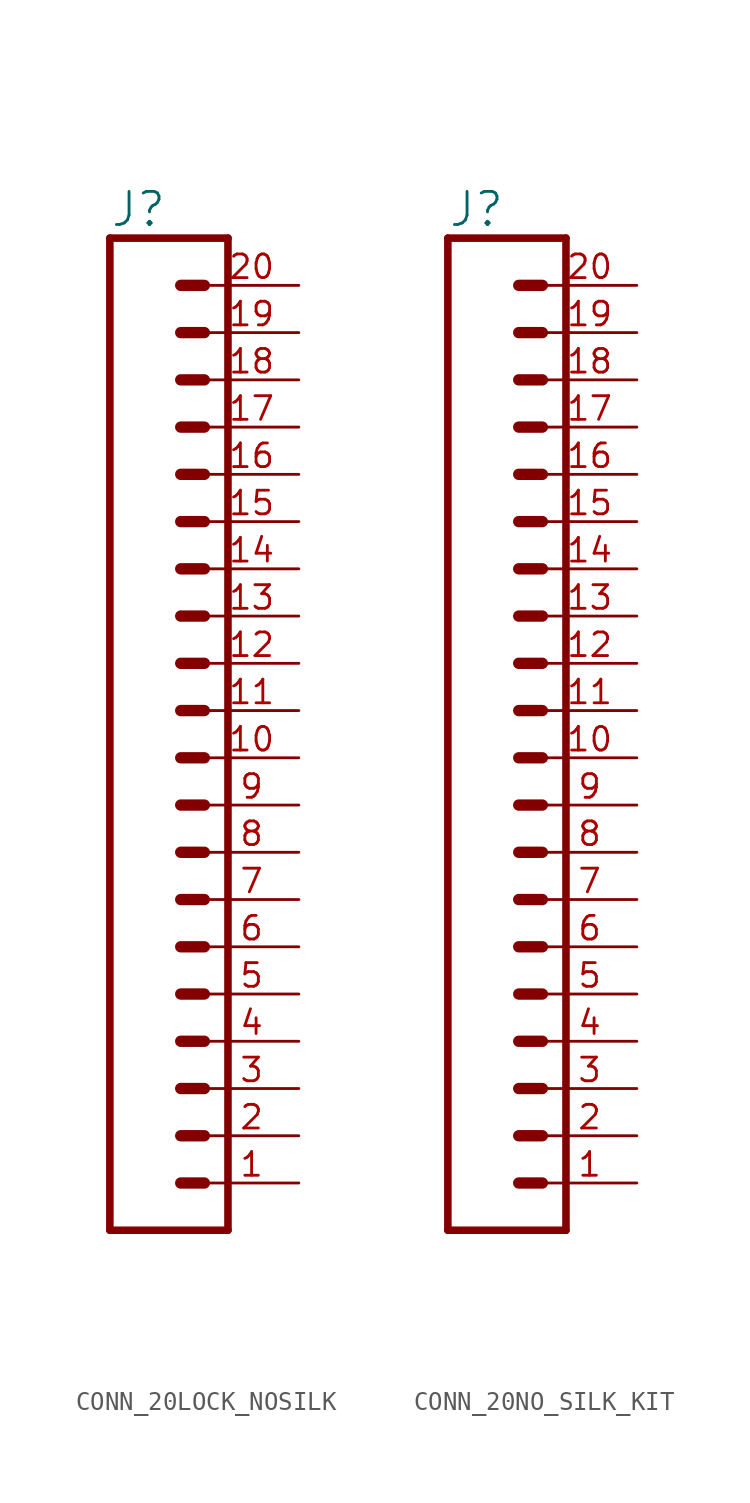
<source format=kicad_sym>
(kicad_symbol_lib
  (version 20231120)
  (generator "kicad_symbol_editor")
  (generator_version "8.0")
  (symbol "CONN_20LOCK_NOSILK"
    (property "Reference" "J"
      (at 0 56.388 0)
      (effects (font (size 1.778 1.778)) (justify left bottom)))
    (property "Value" ""
      (at 0 0.254 0)
      (effects (font (size 1.778 1.778)) (justify left bottom)))
    (property "ki_locked" ""
      (at 0 0 0)
      (effects (font (size 1.27 1.27))))
    (symbol "CONN_20LOCK_NOSILK_1_0"
      (polyline (pts (xy 0 55.88) (xy 0 2.54)) (stroke (width 0.406) (type solid)) (fill (type none)))
      (polyline (pts (xy 0 55.88) (xy 6.35 55.88)) (stroke (width 0.406) (type solid)) (fill (type none)))
      (polyline (pts (xy 3.81 5.08) (xy 5.08 5.08)) (stroke (width 0.61) (type solid)) (fill (type none)))
      (polyline (pts (xy 3.81 7.62) (xy 5.08 7.62)) (stroke (width 0.61) (type solid)) (fill (type none)))
      (polyline (pts (xy 3.81 10.16) (xy 5.08 10.16)) (stroke (width 0.61) (type solid)) (fill (type none)))
      (polyline (pts (xy 3.81 12.7) (xy 5.08 12.7)) (stroke (width 0.61) (type solid)) (fill (type none)))
      (polyline (pts (xy 3.81 15.24) (xy 5.08 15.24)) (stroke (width 0.61) (type solid)) (fill (type none)))
      (polyline (pts (xy 3.81 17.78) (xy 5.08 17.78)) (stroke (width 0.61) (type solid)) (fill (type none)))
      (polyline (pts (xy 3.81 20.32) (xy 5.08 20.32)) (stroke (width 0.61) (type solid)) (fill (type none)))
      (polyline (pts (xy 3.81 22.86) (xy 5.08 22.86)) (stroke (width 0.61) (type solid)) (fill (type none)))
      (polyline (pts (xy 3.81 25.4) (xy 5.08 25.4)) (stroke (width 0.61) (type solid)) (fill (type none)))
      (polyline (pts (xy 3.81 27.94) (xy 5.08 27.94)) (stroke (width 0.61) (type solid)) (fill (type none)))
      (polyline (pts (xy 3.81 30.48) (xy 5.08 30.48)) (stroke (width 0.61) (type solid)) (fill (type none)))
      (polyline (pts (xy 3.81 33.02) (xy 5.08 33.02)) (stroke (width 0.61) (type solid)) (fill (type none)))
      (polyline (pts (xy 3.81 35.56) (xy 5.08 35.56)) (stroke (width 0.61) (type solid)) (fill (type none)))
      (polyline (pts (xy 3.81 38.1) (xy 5.08 38.1)) (stroke (width 0.61) (type solid)) (fill (type none)))
      (polyline (pts (xy 3.81 40.64) (xy 5.08 40.64)) (stroke (width 0.61) (type solid)) (fill (type none)))
      (polyline (pts (xy 3.81 43.18) (xy 5.08 43.18)) (stroke (width 0.61) (type solid)) (fill (type none)))
      (polyline (pts (xy 3.81 45.72) (xy 5.08 45.72)) (stroke (width 0.61) (type solid)) (fill (type none)))
      (polyline (pts (xy 3.81 48.26) (xy 5.08 48.26)) (stroke (width 0.61) (type solid)) (fill (type none)))
      (polyline (pts (xy 3.81 50.8) (xy 5.08 50.8)) (stroke (width 0.61) (type solid)) (fill (type none)))
      (polyline (pts (xy 3.81 53.34) (xy 5.08 53.34)) (stroke (width 0.61) (type solid)) (fill (type none)))
      (polyline (pts (xy 6.35 2.54) (xy 0 2.54)) (stroke (width 0.406) (type solid)) (fill (type none)))
      (polyline (pts (xy 6.35 2.54) (xy 6.35 55.88)) (stroke (width 0.406) (type solid)) (fill (type none)))
      (pin passive line (at 10.16 5.08 180) (length 5.08) (name "1" (effects (font (size 0 0)))) (number "1" (effects (font (size 1.27 1.27)))))
      (pin passive line (at 10.16 27.94 180) (length 5.08) (name "10" (effects (font (size 0 0)))) (number "10" (effects (font (size 1.27 1.27)))))
      (pin passive line (at 10.16 30.48 180) (length 5.08) (name "11" (effects (font (size 0 0)))) (number "11" (effects (font (size 1.27 1.27)))))
      (pin passive line (at 10.16 33.02 180) (length 5.08) (name "12" (effects (font (size 0 0)))) (number "12" (effects (font (size 1.27 1.27)))))
      (pin passive line (at 10.16 35.56 180) (length 5.08) (name "13" (effects (font (size 0 0)))) (number "13" (effects (font (size 1.27 1.27)))))
      (pin passive line (at 10.16 38.1 180) (length 5.08) (name "14" (effects (font (size 0 0)))) (number "14" (effects (font (size 1.27 1.27)))))
      (pin passive line (at 10.16 40.64 180) (length 5.08) (name "15" (effects (font (size 0 0)))) (number "15" (effects (font (size 1.27 1.27)))))
      (pin passive line (at 10.16 43.18 180) (length 5.08) (name "16" (effects (font (size 0 0)))) (number "16" (effects (font (size 1.27 1.27)))))
      (pin passive line (at 10.16 45.72 180) (length 5.08) (name "17" (effects (font (size 0 0)))) (number "17" (effects (font (size 1.27 1.27)))))
      (pin passive line (at 10.16 48.26 180) (length 5.08) (name "18" (effects (font (size 0 0)))) (number "18" (effects (font (size 1.27 1.27)))))
      (pin passive line (at 10.16 50.8 180) (length 5.08) (name "19" (effects (font (size 0 0)))) (number "19" (effects (font (size 1.27 1.27)))))
      (pin passive line (at 10.16 7.62 180) (length 5.08) (name "2" (effects (font (size 0 0)))) (number "2" (effects (font (size 1.27 1.27)))))
      (pin passive line (at 10.16 53.34 180) (length 5.08) (name "20" (effects (font (size 0 0)))) (number "20" (effects (font (size 1.27 1.27)))))
      (pin passive line (at 10.16 10.16 180) (length 5.08) (name "3" (effects (font (size 0 0)))) (number "3" (effects (font (size 1.27 1.27)))))
      (pin passive line (at 10.16 12.7 180) (length 5.08) (name "4" (effects (font (size 0 0)))) (number "4" (effects (font (size 1.27 1.27)))))
      (pin passive line (at 10.16 15.24 180) (length 5.08) (name "5" (effects (font (size 0 0)))) (number "5" (effects (font (size 1.27 1.27)))))
      (pin passive line (at 10.16 17.78 180) (length 5.08) (name "6" (effects (font (size 0 0)))) (number "6" (effects (font (size 1.27 1.27)))))
      (pin passive line (at 10.16 20.32 180) (length 5.08) (name "7" (effects (font (size 0 0)))) (number "7" (effects (font (size 1.27 1.27)))))
      (pin passive line (at 10.16 22.86 180) (length 5.08) (name "8" (effects (font (size 0 0)))) (number "8" (effects (font (size 1.27 1.27)))))
      (pin passive line (at 10.16 25.4 180) (length 5.08) (name "9" (effects (font (size 0 0)))) (number "9" (effects (font (size 1.27 1.27)))))))
  (symbol "CONN_20NO_SILK_KIT"
    (property "Reference" "J"
      (at 0 56.388 0)
      (effects (font (size 1.778 1.778)) (justify left bottom)))
    (property "Value" ""
      (at 0 0.254 0)
      (effects (font (size 1.778 1.778)) (justify left bottom)))
    (property "ki_locked" ""
      (at 0 0 0)
      (effects (font (size 1.27 1.27))))
    (symbol "CONN_20NO_SILK_KIT_1_0"
      (polyline (pts (xy 0 55.88) (xy 0 2.54)) (stroke (width 0.406) (type solid)) (fill (type none)))
      (polyline (pts (xy 0 55.88) (xy 6.35 55.88)) (stroke (width 0.406) (type solid)) (fill (type none)))
      (polyline (pts (xy 3.81 5.08) (xy 5.08 5.08)) (stroke (width 0.61) (type solid)) (fill (type none)))
      (polyline (pts (xy 3.81 7.62) (xy 5.08 7.62)) (stroke (width 0.61) (type solid)) (fill (type none)))
      (polyline (pts (xy 3.81 10.16) (xy 5.08 10.16)) (stroke (width 0.61) (type solid)) (fill (type none)))
      (polyline (pts (xy 3.81 12.7) (xy 5.08 12.7)) (stroke (width 0.61) (type solid)) (fill (type none)))
      (polyline (pts (xy 3.81 15.24) (xy 5.08 15.24)) (stroke (width 0.61) (type solid)) (fill (type none)))
      (polyline (pts (xy 3.81 17.78) (xy 5.08 17.78)) (stroke (width 0.61) (type solid)) (fill (type none)))
      (polyline (pts (xy 3.81 20.32) (xy 5.08 20.32)) (stroke (width 0.61) (type solid)) (fill (type none)))
      (polyline (pts (xy 3.81 22.86) (xy 5.08 22.86)) (stroke (width 0.61) (type solid)) (fill (type none)))
      (polyline (pts (xy 3.81 25.4) (xy 5.08 25.4)) (stroke (width 0.61) (type solid)) (fill (type none)))
      (polyline (pts (xy 3.81 27.94) (xy 5.08 27.94)) (stroke (width 0.61) (type solid)) (fill (type none)))
      (polyline (pts (xy 3.81 30.48) (xy 5.08 30.48)) (stroke (width 0.61) (type solid)) (fill (type none)))
      (polyline (pts (xy 3.81 33.02) (xy 5.08 33.02)) (stroke (width 0.61) (type solid)) (fill (type none)))
      (polyline (pts (xy 3.81 35.56) (xy 5.08 35.56)) (stroke (width 0.61) (type solid)) (fill (type none)))
      (polyline (pts (xy 3.81 38.1) (xy 5.08 38.1)) (stroke (width 0.61) (type solid)) (fill (type none)))
      (polyline (pts (xy 3.81 40.64) (xy 5.08 40.64)) (stroke (width 0.61) (type solid)) (fill (type none)))
      (polyline (pts (xy 3.81 43.18) (xy 5.08 43.18)) (stroke (width 0.61) (type solid)) (fill (type none)))
      (polyline (pts (xy 3.81 45.72) (xy 5.08 45.72)) (stroke (width 0.61) (type solid)) (fill (type none)))
      (polyline (pts (xy 3.81 48.26) (xy 5.08 48.26)) (stroke (width 0.61) (type solid)) (fill (type none)))
      (polyline (pts (xy 3.81 50.8) (xy 5.08 50.8)) (stroke (width 0.61) (type solid)) (fill (type none)))
      (polyline (pts (xy 3.81 53.34) (xy 5.08 53.34)) (stroke (width 0.61) (type solid)) (fill (type none)))
      (polyline (pts (xy 6.35 2.54) (xy 0 2.54)) (stroke (width 0.406) (type solid)) (fill (type none)))
      (polyline (pts (xy 6.35 2.54) (xy 6.35 55.88)) (stroke (width 0.406) (type solid)) (fill (type none)))
      (pin passive line (at 10.16 5.08 180) (length 5.08) (name "1" (effects (font (size 0 0)))) (number "1" (effects (font (size 1.27 1.27)))))
      (pin passive line (at 10.16 27.94 180) (length 5.08) (name "10" (effects (font (size 0 0)))) (number "10" (effects (font (size 1.27 1.27)))))
      (pin passive line (at 10.16 30.48 180) (length 5.08) (name "11" (effects (font (size 0 0)))) (number "11" (effects (font (size 1.27 1.27)))))
      (pin passive line (at 10.16 33.02 180) (length 5.08) (name "12" (effects (font (size 0 0)))) (number "12" (effects (font (size 1.27 1.27)))))
      (pin passive line (at 10.16 35.56 180) (length 5.08) (name "13" (effects (font (size 0 0)))) (number "13" (effects (font (size 1.27 1.27)))))
      (pin passive line (at 10.16 38.1 180) (length 5.08) (name "14" (effects (font (size 0 0)))) (number "14" (effects (font (size 1.27 1.27)))))
      (pin passive line (at 10.16 40.64 180) (length 5.08) (name "15" (effects (font (size 0 0)))) (number "15" (effects (font (size 1.27 1.27)))))
      (pin passive line (at 10.16 43.18 180) (length 5.08) (name "16" (effects (font (size 0 0)))) (number "16" (effects (font (size 1.27 1.27)))))
      (pin passive line (at 10.16 45.72 180) (length 5.08) (name "17" (effects (font (size 0 0)))) (number "17" (effects (font (size 1.27 1.27)))))
      (pin passive line (at 10.16 48.26 180) (length 5.08) (name "18" (effects (font (size 0 0)))) (number "18" (effects (font (size 1.27 1.27)))))
      (pin passive line (at 10.16 50.8 180) (length 5.08) (name "19" (effects (font (size 0 0)))) (number "19" (effects (font (size 1.27 1.27)))))
      (pin passive line (at 10.16 7.62 180) (length 5.08) (name "2" (effects (font (size 0 0)))) (number "2" (effects (font (size 1.27 1.27)))))
      (pin passive line (at 10.16 53.34 180) (length 5.08) (name "20" (effects (font (size 0 0)))) (number "20" (effects (font (size 1.27 1.27)))))
      (pin passive line (at 10.16 10.16 180) (length 5.08) (name "3" (effects (font (size 0 0)))) (number "3" (effects (font (size 1.27 1.27)))))
      (pin passive line (at 10.16 12.7 180) (length 5.08) (name "4" (effects (font (size 0 0)))) (number "4" (effects (font (size 1.27 1.27)))))
      (pin passive line (at 10.16 15.24 180) (length 5.08) (name "5" (effects (font (size 0 0)))) (number "5" (effects (font (size 1.27 1.27)))))
      (pin passive line (at 10.16 17.78 180) (length 5.08) (name "6" (effects (font (size 0 0)))) (number "6" (effects (font (size 1.27 1.27)))))
      (pin passive line (at 10.16 20.32 180) (length 5.08) (name "7" (effects (font (size 0 0)))) (number "7" (effects (font (size 1.27 1.27)))))
      (pin passive line (at 10.16 22.86 180) (length 5.08) (name "8" (effects (font (size 0 0)))) (number "8" (effects (font (size 1.27 1.27)))))
      (pin passive line (at 10.16 25.4 180) (length 5.08) (name "9" (effects (font (size 0 0)))) (number "9" (effects (font (size 1.27 1.27))))))))
</source>
